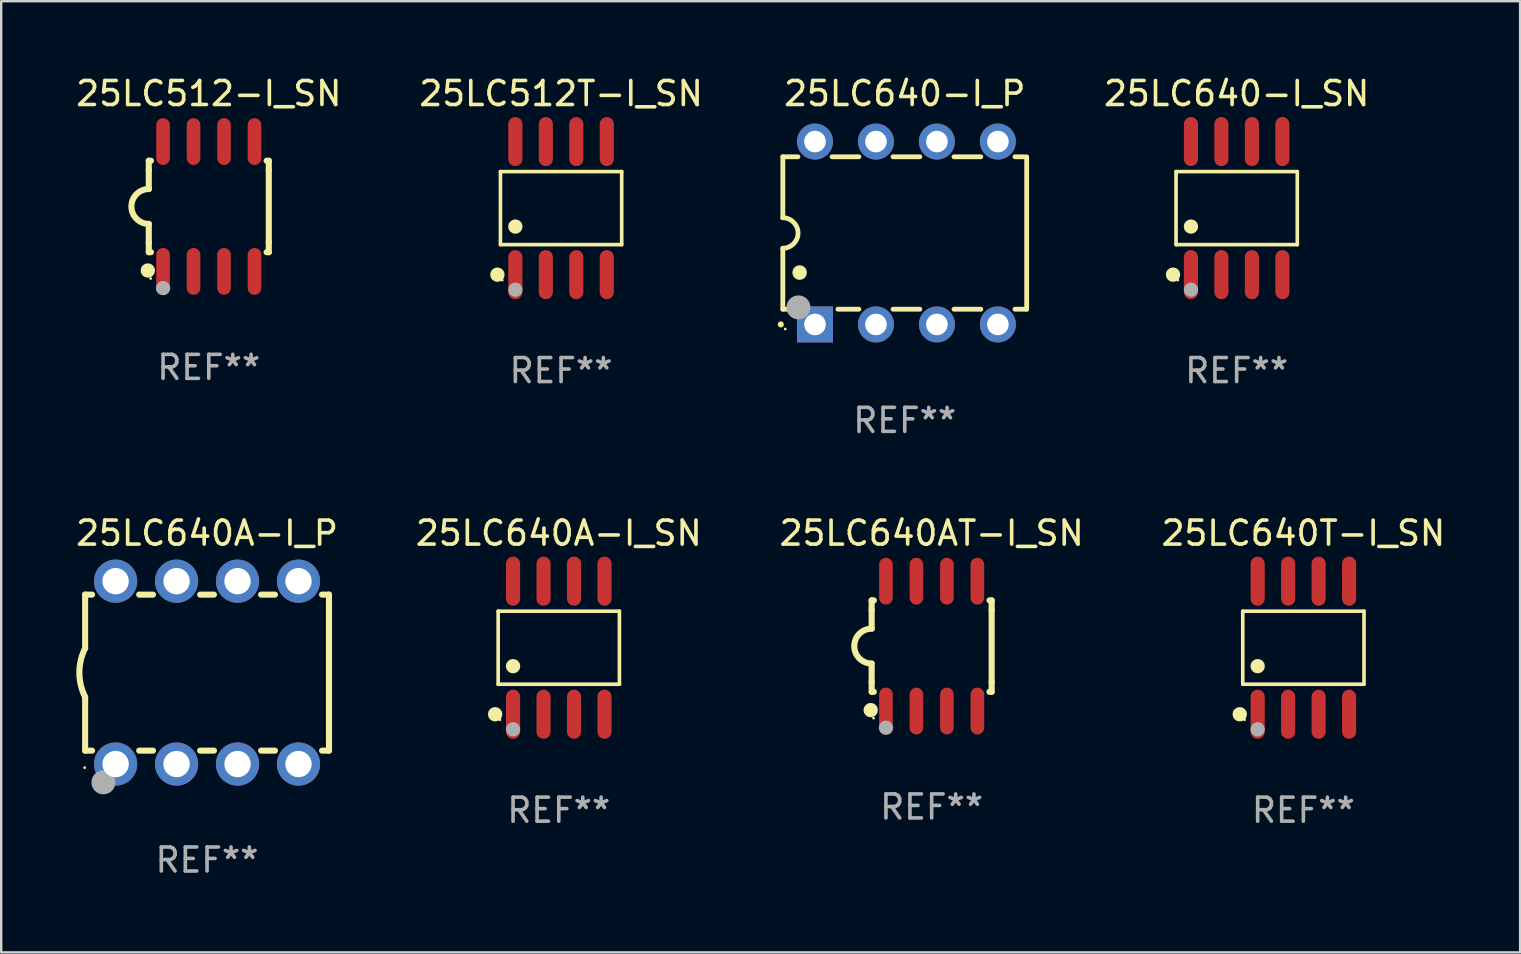
<source format=kicad_pcb>
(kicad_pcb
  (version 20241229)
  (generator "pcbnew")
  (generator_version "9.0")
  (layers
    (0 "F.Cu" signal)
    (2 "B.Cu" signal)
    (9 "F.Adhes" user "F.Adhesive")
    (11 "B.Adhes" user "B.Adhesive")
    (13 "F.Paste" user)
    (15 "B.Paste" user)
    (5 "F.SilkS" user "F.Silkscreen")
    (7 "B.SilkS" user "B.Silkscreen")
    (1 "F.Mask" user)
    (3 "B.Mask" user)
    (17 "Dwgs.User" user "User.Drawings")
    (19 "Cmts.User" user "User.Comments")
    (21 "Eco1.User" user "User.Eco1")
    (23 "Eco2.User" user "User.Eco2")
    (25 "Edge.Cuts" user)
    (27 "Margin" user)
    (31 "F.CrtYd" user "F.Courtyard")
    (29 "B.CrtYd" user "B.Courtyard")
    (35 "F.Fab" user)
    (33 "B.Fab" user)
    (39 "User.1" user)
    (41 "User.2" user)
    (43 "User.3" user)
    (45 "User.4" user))
  (footprint "25LC640-I_P"
    (layer "F.Cu")
    (at 34.647 6.658)
    (property "Reference" "25LC640-I_P" (at 0 -5.81 0) (layer "F.SilkS") (effects (font (size 1 1) (thickness 0.15))))
    (attr through_hole)
    (fp_line (start -5.08 -3.175) (end -4.451 -3.175) (stroke (width 0.2) (type solid)) (layer "F.SilkS"))
    (fp_line (start -5.08 -0.635) (end -5.08 -3.175) (stroke (width 0.2) (type solid)) (layer "F.SilkS"))
    (fp_line (start -5.08 3.175) (end -5.08 0.635) (stroke (width 0.2) (type solid)) (layer "F.SilkS"))
    (fp_line (start -4.694 3.175) (end -5.08 3.175) (stroke (width 0.2) (type solid)) (layer "F.SilkS"))
    (fp_line (start -3.029 -3.175) (end -1.911 -3.175) (stroke (width 0.2) (type solid)) (layer "F.SilkS"))
    (fp_line (start -1.911 3.175) (end -2.786 3.175) (stroke (width 0.2) (type solid)) (layer "F.SilkS"))
    (fp_line (start -0.489 -3.175) (end 0.629 -3.175) (stroke (width 0.2) (type solid)) (layer "F.SilkS"))
    (fp_line (start 0.629 3.175) (end -0.489 3.175) (stroke (width 0.2) (type solid)) (layer "F.SilkS"))
    (fp_line (start 2.051 -3.175) (end 3.169 -3.175) (stroke (width 0.2) (type solid)) (layer "F.SilkS"))
    (fp_line (start 3.169 3.175) (end 2.051 3.175) (stroke (width 0.2) (type solid)) (layer "F.SilkS"))
    (fp_line (start 4.591 -3.175) (end 4.97 -3.175) (stroke (width 0.2) (type solid)) (layer "F.SilkS"))
    (fp_line (start 5.074 3.175) (end 4.591 3.175) (stroke (width 0.2) (type solid)) (layer "F.SilkS"))
    (fp_line (start 5.08 -3.175) (end 5.08 3.175) (stroke (width 0.2) (type solid)) (layer "F.SilkS"))
    (fp_arc (start -5.164948 3.810008) (mid -5.164955 3.808738) (end -5.164948 3.807468) (stroke (width 0.25) (type solid)) (layer "F.SilkS"))
    (fp_arc (start -5.081128 -0.635001) (mid -4.446127 0) (end -5.081128 0.635001) (stroke (width 0.2) (type solid)) (layer "F.SilkS"))
    (fp_arc (start -4.380086 1.651003) (mid -4.380097 1.648463) (end -4.380086 1.645923) (stroke (width 0.6) (type solid)) (layer "F.SilkS"))
    (fp_circle (center -4.98 4) (end -4.95 4) (stroke (width 0.06) (type solid)) (fill no) (layer "F.SilkS"))
    (fp_circle (center -4.43 3.1) (end -4.18 3.1) (stroke (width 0.5) (type solid)) (fill no) (layer "F.Fab"))
    (fp_text user "REF**" (at 0 7.81 0) (layer "F.Fab") (effects (font (size 1 1) (thickness 0.15))))
    (pad "1" thru_hole rect (at -3.74 3.81) (size 1.5 1.5) (drill 0.9) (layers "*.Cu" "*.Mask"))
    (pad "2" thru_hole circle (at -1.2 3.81) (size 1.5 1.5) (drill 0.9) (layers "*.Cu" "*.Mask"))
    (pad "3" thru_hole circle (at 1.34 3.81) (size 1.5 1.5) (drill 0.9) (layers "*.Cu" "*.Mask"))
    (pad "4" thru_hole circle (at 3.88 3.81) (size 1.5 1.5) (drill 0.9) (layers "*.Cu" "*.Mask"))
    (pad "5" thru_hole circle (at 3.88 -3.81) (size 1.5 1.5) (drill 0.9) (layers "*.Cu" "*.Mask"))
    (pad "6" thru_hole circle (at 1.34 -3.81) (size 1.5 1.5) (drill 0.9) (layers "*.Cu" "*.Mask"))
    (pad "7" thru_hole circle (at -1.2 -3.81) (size 1.5 1.5) (drill 0.9) (layers "*.Cu" "*.Mask"))
    (pad "8" thru_hole circle (at -3.74 -3.81) (size 1.5 1.5) (drill 0.9) (layers "*.Cu" "*.Mask")))
  (footprint "25LC512-I_SN"
    (layer "F.Cu")
    (at 5.649 5.553)
    (property "Reference" "25LC512-I_SN" (at 0 -4.705 0) (layer "F.SilkS") (effects (font (size 1 1) (thickness 0.15))))
    (attr through_hole)
    (fp_line (start -2.5 -1.905) (end -2.409 -1.905) (stroke (width 0.254) (type solid)) (layer "F.SilkS"))
    (fp_line (start -2.5 -1.5) (end -2.5 -1.905) (stroke (width 0.254) (type solid)) (layer "F.SilkS"))
    (fp_line (start -2.5 -1.5) (end -2.5 -0.726) (stroke (width 0.254) (type solid)) (layer "F.SilkS"))
    (fp_line (start -2.5 1.5) (end -2.5 0.727) (stroke (width 0.254) (type solid)) (layer "F.SilkS"))
    (fp_line (start -2.5 1.5) (end -2.5 1.905) (stroke (width 0.254) (type solid)) (layer "F.SilkS"))
    (fp_line (start -2.5 1.905) (end -2.409 1.905) (stroke (width 0.254) (type solid)) (layer "F.SilkS"))
    (fp_line (start 2.5 -1.905) (end 2.409 -1.905) (stroke (width 0.254) (type solid)) (layer "F.SilkS"))
    (fp_line (start 2.5 -1.5) (end 2.5 -1.905) (stroke (width 0.254) (type solid)) (layer "F.SilkS"))
    (fp_line (start 2.5 -1.5) (end 2.5 1.5) (stroke (width 0.254) (type solid)) (layer "F.SilkS"))
    (fp_line (start 2.5 1.5) (end 2.5 1.905) (stroke (width 0.254) (type solid)) (layer "F.SilkS"))
    (fp_line (start 2.5 1.905) (end 2.409 1.905) (stroke (width 0.254) (type solid)) (layer "F.SilkS"))
    (fp_arc (start -2.5 0.726568) (mid -3.220316 -0.0023) (end -2.495097 -0.726289) (stroke (width 0.254001) (type solid)) (layer "F.SilkS"))
    (fp_circle (center -2.54 2.667) (end -2.39 2.667) (stroke (width 0.3) (type solid)) (fill no) (layer "F.SilkS"))
    (fp_circle (center -2.42 3) (end -2.39 3) (stroke (width 0.06) (type solid)) (fill no) (layer "F.SilkS"))
    (fp_circle (center -1.905 3.4) (end -1.755 3.4) (stroke (width 0.3) (type solid)) (fill no) (layer "F.Fab"))
    (fp_text user "REF**" (at 0 6.705 0) (layer "F.Fab") (effects (font (size 1 1) (thickness 0.15))))
    (pad "1" smd oval (at -1.905 2.705) (size 0.568 1.95) (layers "F.Cu" "F.Mask" "F.Paste"))
    (pad "2" smd oval (at -0.635 2.705) (size 0.568 1.95) (layers "F.Cu" "F.Mask" "F.Paste"))
    (pad "3" smd oval (at 0.635 2.705) (size 0.568 1.95) (layers "F.Cu" "F.Mask" "F.Paste"))
    (pad "4" smd oval (at 1.905 2.705) (size 0.568 1.95) (layers "F.Cu" "F.Mask" "F.Paste"))
    (pad "5" smd oval (at 1.905 -2.705) (size 0.568 1.95) (layers "F.Cu" "F.Mask" "F.Paste"))
    (pad "6" smd oval (at 0.635 -2.705) (size 0.568 1.95) (layers "F.Cu" "F.Mask" "F.Paste"))
    (pad "7" smd oval (at -0.635 -2.705) (size 0.568 1.95) (layers "F.Cu" "F.Mask" "F.Paste"))
    (pad "8" smd oval (at -1.905 -2.705) (size 0.568 1.95) (layers "F.Cu" "F.Mask" "F.Paste")))
  (footprint "25LC512T-I_SN"
    (layer "F.Cu")
    (at 20.327 5.621)
    (property "Reference" "25LC512T-I_SN" (at 0 -4.772 0) (layer "F.SilkS") (effects (font (size 1 1) (thickness 0.15))))
    (attr through_hole)
    (fp_line (start -2.526 -1.521) (end 2.526 -1.521) (stroke (width 0.152) (type solid)) (layer "F.SilkS"))
    (fp_line (start -2.526 1.521) (end -2.526 -1.521) (stroke (width 0.152) (type solid)) (layer "F.SilkS"))
    (fp_line (start 2.526 -1.521) (end 2.526 1.521) (stroke (width 0.152) (type solid)) (layer "F.SilkS"))
    (fp_line (start 2.526 1.521) (end -2.526 1.521) (stroke (width 0.152) (type solid)) (layer "F.SilkS"))
    (fp_circle (center -2.652 2.772) (end -2.501 2.772) (stroke (width 0.3) (type solid)) (fill no) (layer "F.SilkS"))
    (fp_circle (center -2.45 3) (end -2.42 3) (stroke (width 0.06) (type solid)) (fill no) (layer "F.SilkS"))
    (fp_circle (center -1.905 0.769) (end -1.755 0.769) (stroke (width 0.3) (type solid)) (fill no) (layer "F.SilkS"))
    (fp_circle (center -1.905 3.4) (end -1.755 3.4) (stroke (width 0.3) (type solid)) (fill no) (layer "F.Fab"))
    (fp_text user "REF**" (at 0 6.772 0) (layer "F.Fab") (effects (font (size 1 1) (thickness 0.15))))
    (pad "1" smd oval (at -1.905 2.772) (size 0.588 2.045) (layers "F.Cu" "F.Mask" "F.Paste"))
    (pad "2" smd oval (at -0.635 2.772) (size 0.588 2.045) (layers "F.Cu" "F.Mask" "F.Paste"))
    (pad "3" smd oval (at 0.635 2.772) (size 0.588 2.045) (layers "F.Cu" "F.Mask" "F.Paste"))
    (pad "4" smd oval (at 1.905 2.772) (size 0.588 2.045) (layers "F.Cu" "F.Mask" "F.Paste"))
    (pad "5" smd oval (at 1.905 -2.772) (size 0.588 2.045) (layers "F.Cu" "F.Mask" "F.Paste"))
    (pad "6" smd oval (at 0.635 -2.772) (size 0.588 2.045) (layers "F.Cu" "F.Mask" "F.Paste"))
    (pad "7" smd oval (at -0.635 -2.772) (size 0.588 2.045) (layers "F.Cu" "F.Mask" "F.Paste"))
    (pad "8" smd oval (at -1.905 -2.772) (size 0.588 2.045) (layers "F.Cu" "F.Mask" "F.Paste")))
  (footprint "25LC640T-I_SN"
    (layer "F.Cu")
    (at 51.256 23.937)
    (property "Reference" "25LC640T-I_SN" (at 0 -4.772 0) (layer "F.SilkS") (effects (font (size 1 1) (thickness 0.15))))
    (attr through_hole)
    (fp_line (start -2.526 -1.521) (end 2.526 -1.521) (stroke (width 0.152) (type solid)) (layer "F.SilkS"))
    (fp_line (start -2.526 1.521) (end -2.526 -1.521) (stroke (width 0.152) (type solid)) (layer "F.SilkS"))
    (fp_line (start 2.526 -1.521) (end 2.526 1.521) (stroke (width 0.152) (type solid)) (layer "F.SilkS"))
    (fp_line (start 2.526 1.521) (end -2.526 1.521) (stroke (width 0.152) (type solid)) (layer "F.SilkS"))
    (fp_circle (center -2.652 2.772) (end -2.501 2.772) (stroke (width 0.3) (type solid)) (fill no) (layer "F.SilkS"))
    (fp_circle (center -2.45 3) (end -2.42 3) (stroke (width 0.06) (type solid)) (fill no) (layer "F.SilkS"))
    (fp_circle (center -1.905 0.769) (end -1.755 0.769) (stroke (width 0.3) (type solid)) (fill no) (layer "F.SilkS"))
    (fp_circle (center -1.905 3.4) (end -1.755 3.4) (stroke (width 0.3) (type solid)) (fill no) (layer "F.Fab"))
    (fp_text user "REF**" (at 0 6.772 0) (layer "F.Fab") (effects (font (size 1 1) (thickness 0.15))))
    (pad "1" smd oval (at -1.905 2.772) (size 0.588 2.045) (layers "F.Cu" "F.Mask" "F.Paste"))
    (pad "2" smd oval (at -0.635 2.772) (size 0.588 2.045) (layers "F.Cu" "F.Mask" "F.Paste"))
    (pad "3" smd oval (at 0.635 2.772) (size 0.588 2.045) (layers "F.Cu" "F.Mask" "F.Paste"))
    (pad "4" smd oval (at 1.905 2.772) (size 0.588 2.045) (layers "F.Cu" "F.Mask" "F.Paste"))
    (pad "5" smd oval (at 1.905 -2.772) (size 0.588 2.045) (layers "F.Cu" "F.Mask" "F.Paste"))
    (pad "6" smd oval (at 0.635 -2.772) (size 0.588 2.045) (layers "F.Cu" "F.Mask" "F.Paste"))
    (pad "7" smd oval (at -0.635 -2.772) (size 0.588 2.045) (layers "F.Cu" "F.Mask" "F.Paste"))
    (pad "8" smd oval (at -1.905 -2.772) (size 0.588 2.045) (layers "F.Cu" "F.Mask" "F.Paste")))
  (footprint "25LC640A-I_P"
    (layer "F.Cu")
    (at 5.577 24.975)
    (property "Reference" "25LC640A-I_P" (at 0 -5.81 0) (layer "F.SilkS") (effects (font (size 1 1) (thickness 0.15))))
    (attr through_hole)
    (fp_line (start -5.08 -3.25) (end -5.08 -1.017) (stroke (width 0.254) (type solid)) (layer "F.SilkS"))
    (fp_line (start -5.08 -3.25) (end -4.792 -3.25) (stroke (width 0.254) (type solid)) (layer "F.SilkS"))
    (fp_line (start -5.08 3.25) (end -5.08 1.015) (stroke (width 0.254) (type solid)) (layer "F.SilkS"))
    (fp_line (start -5.08 3.25) (end -4.792 3.25) (stroke (width 0.254) (type solid)) (layer "F.SilkS"))
    (fp_line (start -2.828 -3.25) (end -2.252 -3.25) (stroke (width 0.254) (type solid)) (layer "F.SilkS"))
    (fp_line (start -2.828 3.25) (end -2.252 3.25) (stroke (width 0.254) (type solid)) (layer "F.SilkS"))
    (fp_line (start -0.288 -3.25) (end 0.288 -3.25) (stroke (width 0.254) (type solid)) (layer "F.SilkS"))
    (fp_line (start -0.288 3.25) (end 0.288 3.25) (stroke (width 0.254) (type solid)) (layer "F.SilkS"))
    (fp_line (start 2.252 -3.25) (end 2.828 -3.25) (stroke (width 0.254) (type solid)) (layer "F.SilkS"))
    (fp_line (start 2.252 3.25) (end 2.828 3.25) (stroke (width 0.254) (type solid)) (layer "F.SilkS"))
    (fp_line (start 4.792 -3.25) (end 5.08 -3.25) (stroke (width 0.254) (type solid)) (layer "F.SilkS"))
    (fp_line (start 4.792 3.25) (end 5.08 3.25) (stroke (width 0.254) (type solid)) (layer "F.SilkS"))
    (fp_line (start 5.08 -3.25) (end 5.08 3.25) (stroke (width 0.254) (type solid)) (layer "F.SilkS"))
    (fp_arc (start -5.08001 1.01524) (mid -5.319856 -0.000762) (end -5.08001 -1.016764) (stroke (width 0.254001) (type solid)) (layer "F.SilkS"))
    (fp_circle (center -5.1 3.96) (end -5.07 3.96) (stroke (width 0.06) (type solid)) (fill no) (layer "F.SilkS"))
    (fp_circle (center -4.318 4.572) (end -4.068 4.572) (stroke (width 0.5) (type solid)) (fill no) (layer "F.Fab"))
    (fp_text user "REF**" (at 0 7.81 0) (layer "F.Fab") (effects (font (size 1 1) (thickness 0.15))))
    (pad "1" thru_hole circle (at -3.81 3.81) (size 1.8 1.8) (drill 1.1) (layers "*.Cu" "*.Mask"))
    (pad "2" thru_hole circle (at -1.27 3.81) (size 1.8 1.8) (drill 1.1) (layers "*.Cu" "*.Mask"))
    (pad "3" thru_hole circle (at 1.27 3.81) (size 1.8 1.8) (drill 1.1) (layers "*.Cu" "*.Mask"))
    (pad "4" thru_hole circle (at 3.81 3.81) (size 1.8 1.8) (drill 1.1) (layers "*.Cu" "*.Mask"))
    (pad "5" thru_hole circle (at 3.81 -3.81) (size 1.8 1.8) (drill 1.1) (layers "*.Cu" "*.Mask"))
    (pad "6" thru_hole circle (at 1.27 -3.81) (size 1.8 1.8) (drill 1.1) (layers "*.Cu" "*.Mask"))
    (pad "7" thru_hole circle (at -1.27 -3.81) (size 1.8 1.8) (drill 1.1) (layers "*.Cu" "*.Mask"))
    (pad "8" thru_hole circle (at -3.81 -3.81) (size 1.8 1.8) (drill 1.1) (layers "*.Cu" "*.Mask")))
  (footprint "25LC640A-I_SN"
    (layer "F.Cu")
    (at 20.232 23.937)
    (property "Reference" "25LC640A-I_SN" (at 0 -4.772 0) (layer "F.SilkS") (effects (font (size 1 1) (thickness 0.15))))
    (attr through_hole)
    (fp_line (start -2.526 -1.521) (end 2.526 -1.521) (stroke (width 0.152) (type solid)) (layer "F.SilkS"))
    (fp_line (start -2.526 1.521) (end -2.526 -1.521) (stroke (width 0.152) (type solid)) (layer "F.SilkS"))
    (fp_line (start 2.526 -1.521) (end 2.526 1.521) (stroke (width 0.152) (type solid)) (layer "F.SilkS"))
    (fp_line (start 2.526 1.521) (end -2.526 1.521) (stroke (width 0.152) (type solid)) (layer "F.SilkS"))
    (fp_circle (center -2.652 2.772) (end -2.501 2.772) (stroke (width 0.3) (type solid)) (fill no) (layer "F.SilkS"))
    (fp_circle (center -2.45 3) (end -2.42 3) (stroke (width 0.06) (type solid)) (fill no) (layer "F.SilkS"))
    (fp_circle (center -1.905 0.769) (end -1.755 0.769) (stroke (width 0.3) (type solid)) (fill no) (layer "F.SilkS"))
    (fp_circle (center -1.905 3.4) (end -1.755 3.4) (stroke (width 0.3) (type solid)) (fill no) (layer "F.Fab"))
    (fp_text user "REF**" (at 0 6.772 0) (layer "F.Fab") (effects (font (size 1 1) (thickness 0.15))))
    (pad "1" smd oval (at -1.905 2.772) (size 0.588 2.045) (layers "F.Cu" "F.Mask" "F.Paste"))
    (pad "2" smd oval (at -0.635 2.772) (size 0.588 2.045) (layers "F.Cu" "F.Mask" "F.Paste"))
    (pad "3" smd oval (at 0.635 2.772) (size 0.588 2.045) (layers "F.Cu" "F.Mask" "F.Paste"))
    (pad "4" smd oval (at 1.905 2.772) (size 0.588 2.045) (layers "F.Cu" "F.Mask" "F.Paste"))
    (pad "5" smd oval (at 1.905 -2.772) (size 0.588 2.045) (layers "F.Cu" "F.Mask" "F.Paste"))
    (pad "6" smd oval (at 0.635 -2.772) (size 0.588 2.045) (layers "F.Cu" "F.Mask" "F.Paste"))
    (pad "7" smd oval (at -0.635 -2.772) (size 0.588 2.045) (layers "F.Cu" "F.Mask" "F.Paste"))
    (pad "8" smd oval (at -1.905 -2.772) (size 0.588 2.045) (layers "F.Cu" "F.Mask" "F.Paste")))
  (footprint "25LC640-I_SN"
    (layer "F.Cu")
    (at 48.476 5.621)
    (property "Reference" "25LC640-I_SN" (at 0 -4.772 0) (layer "F.SilkS") (effects (font (size 1 1) (thickness 0.15))))
    (attr through_hole)
    (fp_line (start -2.526 -1.521) (end 2.526 -1.521) (stroke (width 0.152) (type solid)) (layer "F.SilkS"))
    (fp_line (start -2.526 1.521) (end -2.526 -1.521) (stroke (width 0.152) (type solid)) (layer "F.SilkS"))
    (fp_line (start 2.526 -1.521) (end 2.526 1.521) (stroke (width 0.152) (type solid)) (layer "F.SilkS"))
    (fp_line (start 2.526 1.521) (end -2.526 1.521) (stroke (width 0.152) (type solid)) (layer "F.SilkS"))
    (fp_circle (center -2.652 2.772) (end -2.501 2.772) (stroke (width 0.3) (type solid)) (fill no) (layer "F.SilkS"))
    (fp_circle (center -2.45 3) (end -2.42 3) (stroke (width 0.06) (type solid)) (fill no) (layer "F.SilkS"))
    (fp_circle (center -1.905 0.769) (end -1.755 0.769) (stroke (width 0.3) (type solid)) (fill no) (layer "F.SilkS"))
    (fp_circle (center -1.905 3.4) (end -1.755 3.4) (stroke (width 0.3) (type solid)) (fill no) (layer "F.Fab"))
    (fp_text user "REF**" (at 0 6.772 0) (layer "F.Fab") (effects (font (size 1 1) (thickness 0.15))))
    (pad "1" smd oval (at -1.905 2.772) (size 0.588 2.045) (layers "F.Cu" "F.Mask" "F.Paste"))
    (pad "2" smd oval (at -0.635 2.772) (size 0.588 2.045) (layers "F.Cu" "F.Mask" "F.Paste"))
    (pad "3" smd oval (at 0.635 2.772) (size 0.588 2.045) (layers "F.Cu" "F.Mask" "F.Paste"))
    (pad "4" smd oval (at 1.905 2.772) (size 0.588 2.045) (layers "F.Cu" "F.Mask" "F.Paste"))
    (pad "5" smd oval (at 1.905 -2.772) (size 0.588 2.045) (layers "F.Cu" "F.Mask" "F.Paste"))
    (pad "6" smd oval (at 0.635 -2.772) (size 0.588 2.045) (layers "F.Cu" "F.Mask" "F.Paste"))
    (pad "7" smd oval (at -0.635 -2.772) (size 0.588 2.045) (layers "F.Cu" "F.Mask" "F.Paste"))
    (pad "8" smd oval (at -1.905 -2.772) (size 0.588 2.045) (layers "F.Cu" "F.Mask" "F.Paste")))
  (footprint "25LC640AT-I_SN"
    (layer "F.Cu")
    (at 35.768 23.87)
    (property "Reference" "25LC640AT-I_SN" (at 0 -4.705 0) (layer "F.SilkS") (effects (font (size 1 1) (thickness 0.15))))
    (attr through_hole)
    (fp_line (start -2.5 -1.905) (end -2.409 -1.905) (stroke (width 0.254) (type solid)) (layer "F.SilkS"))
    (fp_line (start -2.5 -1.5) (end -2.5 -1.905) (stroke (width 0.254) (type solid)) (layer "F.SilkS"))
    (fp_line (start -2.5 -1.5) (end -2.5 -0.726) (stroke (width 0.254) (type solid)) (layer "F.SilkS"))
    (fp_line (start -2.5 1.5) (end -2.5 0.727) (stroke (width 0.254) (type solid)) (layer "F.SilkS"))
    (fp_line (start -2.5 1.5) (end -2.5 1.905) (stroke (width 0.254) (type solid)) (layer "F.SilkS"))
    (fp_line (start -2.5 1.905) (end -2.409 1.905) (stroke (width 0.254) (type solid)) (layer "F.SilkS"))
    (fp_line (start 2.5 -1.905) (end 2.409 -1.905) (stroke (width 0.254) (type solid)) (layer "F.SilkS"))
    (fp_line (start 2.5 -1.5) (end 2.5 -1.905) (stroke (width 0.254) (type solid)) (layer "F.SilkS"))
    (fp_line (start 2.5 -1.5) (end 2.5 1.5) (stroke (width 0.254) (type solid)) (layer "F.SilkS"))
    (fp_line (start 2.5 1.5) (end 2.5 1.905) (stroke (width 0.254) (type solid)) (layer "F.SilkS"))
    (fp_line (start 2.5 1.905) (end 2.409 1.905) (stroke (width 0.254) (type solid)) (layer "F.SilkS"))
    (fp_arc (start -2.5 0.726568) (mid -3.220316 -0.0023) (end -2.495097 -0.726289) (stroke (width 0.254001) (type solid)) (layer "F.SilkS"))
    (fp_circle (center -2.54 2.667) (end -2.39 2.667) (stroke (width 0.3) (type solid)) (fill no) (layer "F.SilkS"))
    (fp_circle (center -2.42 3) (end -2.39 3) (stroke (width 0.06) (type solid)) (fill no) (layer "F.SilkS"))
    (fp_circle (center -1.905 3.4) (end -1.755 3.4) (stroke (width 0.3) (type solid)) (fill no) (layer "F.Fab"))
    (fp_text user "REF**" (at 0 6.705 0) (layer "F.Fab") (effects (font (size 1 1) (thickness 0.15))))
    (pad "1" smd oval (at -1.905 2.705) (size 0.568 1.95) (layers "F.Cu" "F.Mask" "F.Paste"))
    (pad "2" smd oval (at -0.635 2.705) (size 0.568 1.95) (layers "F.Cu" "F.Mask" "F.Paste"))
    (pad "3" smd oval (at 0.635 2.705) (size 0.568 1.95) (layers "F.Cu" "F.Mask" "F.Paste"))
    (pad "4" smd oval (at 1.905 2.705) (size 0.568 1.95) (layers "F.Cu" "F.Mask" "F.Paste"))
    (pad "5" smd oval (at 1.905 -2.705) (size 0.568 1.95) (layers "F.Cu" "F.Mask" "F.Paste"))
    (pad "6" smd oval (at 0.635 -2.705) (size 0.568 1.95) (layers "F.Cu" "F.Mask" "F.Paste"))
    (pad "7" smd oval (at -0.635 -2.705) (size 0.568 1.95) (layers "F.Cu" "F.Mask" "F.Paste"))
    (pad "8" smd oval (at -1.905 -2.705) (size 0.568 1.95) (layers "F.Cu" "F.Mask" "F.Paste")))
  (gr_rect
    (start -3 -3)
    (end 60.286 36.633)
    (stroke (width 0.1) (type default))
    (fill no)
    (layer "Edge.Cuts")))
</source>
